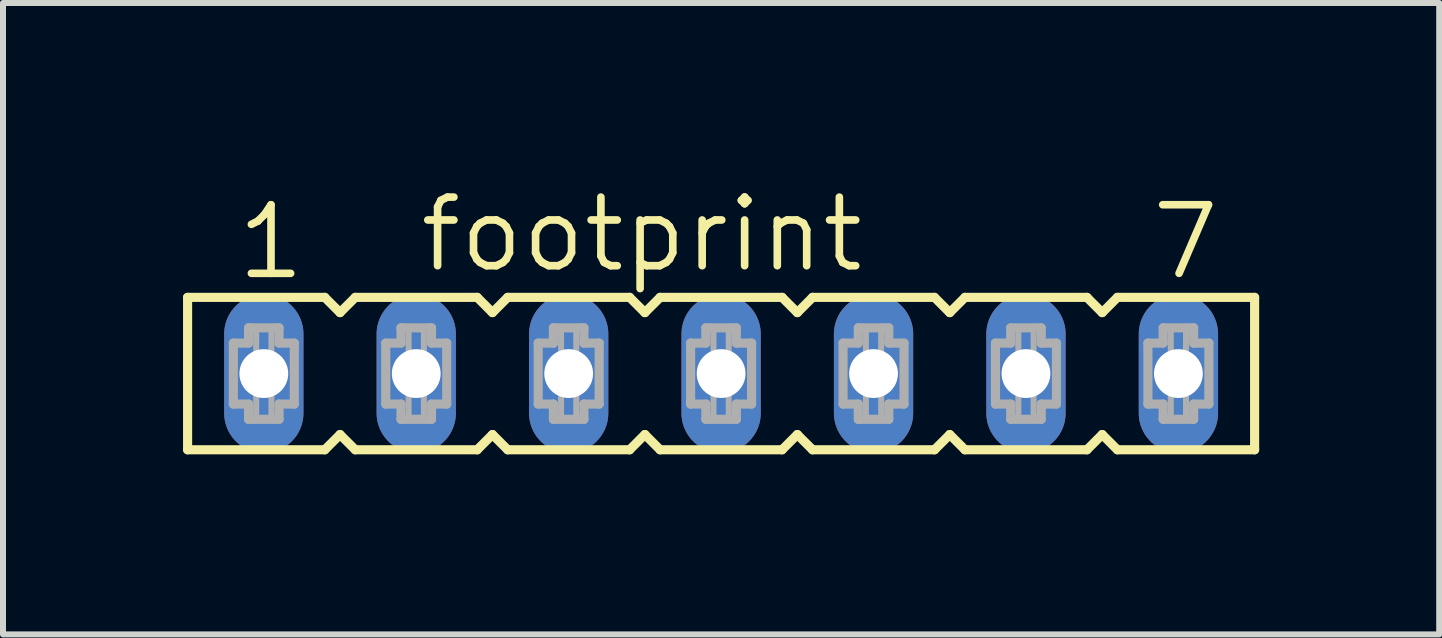
<source format=kicad_pcb>
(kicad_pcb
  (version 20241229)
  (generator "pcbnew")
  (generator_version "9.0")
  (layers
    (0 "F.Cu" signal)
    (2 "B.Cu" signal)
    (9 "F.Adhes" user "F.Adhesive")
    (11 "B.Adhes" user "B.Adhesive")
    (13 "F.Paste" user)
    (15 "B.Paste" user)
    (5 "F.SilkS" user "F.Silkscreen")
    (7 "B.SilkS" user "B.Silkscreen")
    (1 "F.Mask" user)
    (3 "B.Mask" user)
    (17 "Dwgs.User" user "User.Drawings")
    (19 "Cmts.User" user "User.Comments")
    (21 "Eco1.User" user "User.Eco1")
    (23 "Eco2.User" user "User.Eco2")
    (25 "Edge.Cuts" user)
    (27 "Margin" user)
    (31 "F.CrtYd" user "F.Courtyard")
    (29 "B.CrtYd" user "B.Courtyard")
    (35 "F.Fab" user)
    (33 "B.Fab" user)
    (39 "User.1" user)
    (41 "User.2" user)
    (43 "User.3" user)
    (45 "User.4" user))
  (footprint "footprint"
    (layer "F.Cu")
    (at 8.966 3.175)
    (property "Reference" "footprint" (at -5.08 -1.651 0) (layer "F.SilkS") (effects (font (size 1.143 1.143) (thickness 0.127)) (justify left bottom)))
    (fp_line (start -8.89 -1.27) (end -8.89 1.27) (stroke (width 0.152) (type solid)) (layer "F.SilkS"))
    (fp_line (start -8.89 1.27) (end -6.604 1.27) (stroke (width 0.152) (type solid)) (layer "F.SilkS"))
    (fp_line (start -6.604 -1.27) (end -8.89 -1.27) (stroke (width 0.152) (type solid)) (layer "F.SilkS"))
    (fp_line (start -6.604 1.27) (end -6.35 1.016) (stroke (width 0.152) (type solid)) (layer "F.SilkS"))
    (fp_line (start -6.35 -1.016) (end -6.604 -1.27) (stroke (width 0.152) (type solid)) (layer "F.SilkS"))
    (fp_line (start -6.35 1.016) (end -6.096 1.27) (stroke (width 0.152) (type solid)) (layer "F.SilkS"))
    (fp_line (start -6.096 -1.27) (end -6.35 -1.016) (stroke (width 0.152) (type solid)) (layer "F.SilkS"))
    (fp_line (start -6.096 1.27) (end -4.064 1.27) (stroke (width 0.152) (type solid)) (layer "F.SilkS"))
    (fp_line (start -4.064 -1.27) (end -6.096 -1.27) (stroke (width 0.152) (type solid)) (layer "F.SilkS"))
    (fp_line (start -4.064 1.27) (end -3.81 1.016) (stroke (width 0.152) (type solid)) (layer "F.SilkS"))
    (fp_line (start -3.81 -1.016) (end -4.064 -1.27) (stroke (width 0.152) (type solid)) (layer "F.SilkS"))
    (fp_line (start -3.81 1.016) (end -3.556 1.27) (stroke (width 0.152) (type solid)) (layer "F.SilkS"))
    (fp_line (start -3.556 -1.27) (end -3.81 -1.016) (stroke (width 0.152) (type solid)) (layer "F.SilkS"))
    (fp_line (start -3.556 1.27) (end -1.524 1.27) (stroke (width 0.152) (type solid)) (layer "F.SilkS"))
    (fp_line (start -1.524 -1.27) (end -3.556 -1.27) (stroke (width 0.152) (type solid)) (layer "F.SilkS"))
    (fp_line (start -1.524 1.27) (end -1.27 1.016) (stroke (width 0.152) (type solid)) (layer "F.SilkS"))
    (fp_line (start -1.27 -1.016) (end -1.524 -1.27) (stroke (width 0.152) (type solid)) (layer "F.SilkS"))
    (fp_line (start -1.27 1.016) (end -1.016 1.27) (stroke (width 0.152) (type solid)) (layer "F.SilkS"))
    (fp_line (start -1.016 -1.27) (end -1.27 -1.016) (stroke (width 0.152) (type solid)) (layer "F.SilkS"))
    (fp_line (start -1.016 1.27) (end 1.016 1.27) (stroke (width 0.152) (type solid)) (layer "F.SilkS"))
    (fp_line (start 1.016 -1.27) (end -1.016 -1.27) (stroke (width 0.152) (type solid)) (layer "F.SilkS"))
    (fp_line (start 1.016 1.27) (end 1.27 1.016) (stroke (width 0.152) (type solid)) (layer "F.SilkS"))
    (fp_line (start 1.27 -1.016) (end 1.016 -1.27) (stroke (width 0.152) (type solid)) (layer "F.SilkS"))
    (fp_line (start 1.27 1.016) (end 1.524 1.27) (stroke (width 0.152) (type solid)) (layer "F.SilkS"))
    (fp_line (start 1.524 -1.27) (end 1.27 -1.016) (stroke (width 0.152) (type solid)) (layer "F.SilkS"))
    (fp_line (start 1.524 1.27) (end 3.556 1.27) (stroke (width 0.152) (type solid)) (layer "F.SilkS"))
    (fp_line (start 3.556 -1.27) (end 1.524 -1.27) (stroke (width 0.152) (type solid)) (layer "F.SilkS"))
    (fp_line (start 3.556 1.27) (end 3.81 1.016) (stroke (width 0.152) (type solid)) (layer "F.SilkS"))
    (fp_line (start 3.81 -1.016) (end 3.556 -1.27) (stroke (width 0.152) (type solid)) (layer "F.SilkS"))
    (fp_line (start 3.81 1.016) (end 4.064 1.27) (stroke (width 0.152) (type solid)) (layer "F.SilkS"))
    (fp_line (start 4.064 -1.27) (end 3.81 -1.016) (stroke (width 0.152) (type solid)) (layer "F.SilkS"))
    (fp_line (start 4.064 1.27) (end 6.096 1.27) (stroke (width 0.152) (type solid)) (layer "F.SilkS"))
    (fp_line (start 6.096 -1.27) (end 4.064 -1.27) (stroke (width 0.152) (type solid)) (layer "F.SilkS"))
    (fp_line (start 6.096 1.27) (end 6.35 1.016) (stroke (width 0.152) (type solid)) (layer "F.SilkS"))
    (fp_line (start 6.35 -1.016) (end 6.096 -1.27) (stroke (width 0.152) (type solid)) (layer "F.SilkS"))
    (fp_line (start 6.35 1.016) (end 6.604 1.27) (stroke (width 0.152) (type solid)) (layer "F.SilkS"))
    (fp_line (start 6.604 -1.27) (end 6.35 -1.016) (stroke (width 0.152) (type solid)) (layer "F.SilkS"))
    (fp_line (start 6.604 1.27) (end 8.89 1.27) (stroke (width 0.152) (type solid)) (layer "F.SilkS"))
    (fp_line (start 8.89 -1.27) (end 6.604 -1.27) (stroke (width 0.152) (type solid)) (layer "F.SilkS"))
    (fp_line (start 8.89 1.27) (end 8.89 -1.27) (stroke (width 0.152) (type solid)) (layer "F.SilkS"))
    (fp_line (start -8.128 -0.508) (end -8.128 0.508) (stroke (width 0.152) (type solid)) (layer "F.Fab"))
    (fp_line (start -8.128 0.508) (end -7.874 0.508) (stroke (width 0.152) (type solid)) (layer "F.Fab"))
    (fp_line (start -7.874 -0.762) (end -7.874 -0.508) (stroke (width 0.152) (type solid)) (layer "F.Fab"))
    (fp_line (start -7.874 -0.508) (end -8.128 -0.508) (stroke (width 0.152) (type solid)) (layer "F.Fab"))
    (fp_line (start -7.874 0.508) (end -7.874 0.762) (stroke (width 0.152) (type solid)) (layer "F.Fab"))
    (fp_line (start -7.874 0.762) (end -7.366 0.762) (stroke (width 0.152) (type solid)) (layer "F.Fab"))
    (fp_line (start -7.366 -0.762) (end -7.874 -0.762) (stroke (width 0.152) (type solid)) (layer "F.Fab"))
    (fp_line (start -7.366 -0.508) (end -7.366 -0.762) (stroke (width 0.152) (type solid)) (layer "F.Fab"))
    (fp_line (start -7.366 0.508) (end -7.112 0.508) (stroke (width 0.152) (type solid)) (layer "F.Fab"))
    (fp_line (start -7.366 0.762) (end -7.366 0.508) (stroke (width 0.152) (type solid)) (layer "F.Fab"))
    (fp_line (start -7.112 -0.508) (end -7.366 -0.508) (stroke (width 0.152) (type solid)) (layer "F.Fab"))
    (fp_line (start -7.112 0.508) (end -7.112 -0.508) (stroke (width 0.152) (type solid)) (layer "F.Fab"))
    (fp_line (start -5.588 -0.508) (end -5.588 0.508) (stroke (width 0.152) (type solid)) (layer "F.Fab"))
    (fp_line (start -5.588 0.508) (end -5.334 0.508) (stroke (width 0.152) (type solid)) (layer "F.Fab"))
    (fp_line (start -5.334 -0.762) (end -5.334 -0.508) (stroke (width 0.152) (type solid)) (layer "F.Fab"))
    (fp_line (start -5.334 -0.508) (end -5.588 -0.508) (stroke (width 0.152) (type solid)) (layer "F.Fab"))
    (fp_line (start -5.334 0.508) (end -5.334 0.762) (stroke (width 0.152) (type solid)) (layer "F.Fab"))
    (fp_line (start -5.334 0.762) (end -4.826 0.762) (stroke (width 0.152) (type solid)) (layer "F.Fab"))
    (fp_line (start -4.826 -0.762) (end -5.334 -0.762) (stroke (width 0.152) (type solid)) (layer "F.Fab"))
    (fp_line (start -4.826 -0.508) (end -4.826 -0.762) (stroke (width 0.152) (type solid)) (layer "F.Fab"))
    (fp_line (start -4.826 0.508) (end -4.572 0.508) (stroke (width 0.152) (type solid)) (layer "F.Fab"))
    (fp_line (start -4.826 0.762) (end -4.826 0.508) (stroke (width 0.152) (type solid)) (layer "F.Fab"))
    (fp_line (start -4.572 -0.508) (end -4.826 -0.508) (stroke (width 0.152) (type solid)) (layer "F.Fab"))
    (fp_line (start -4.572 0.508) (end -4.572 -0.508) (stroke (width 0.152) (type solid)) (layer "F.Fab"))
    (fp_line (start -3.048 -0.508) (end -3.048 0.508) (stroke (width 0.152) (type solid)) (layer "F.Fab"))
    (fp_line (start -3.048 0.508) (end -2.794 0.508) (stroke (width 0.152) (type solid)) (layer "F.Fab"))
    (fp_line (start -2.794 -0.762) (end -2.794 -0.508) (stroke (width 0.152) (type solid)) (layer "F.Fab"))
    (fp_line (start -2.794 -0.508) (end -3.048 -0.508) (stroke (width 0.152) (type solid)) (layer "F.Fab"))
    (fp_line (start -2.794 0.508) (end -2.794 0.762) (stroke (width 0.152) (type solid)) (layer "F.Fab"))
    (fp_line (start -2.794 0.762) (end -2.286 0.762) (stroke (width 0.152) (type solid)) (layer "F.Fab"))
    (fp_line (start -2.286 -0.762) (end -2.794 -0.762) (stroke (width 0.152) (type solid)) (layer "F.Fab"))
    (fp_line (start -2.286 -0.508) (end -2.286 -0.762) (stroke (width 0.152) (type solid)) (layer "F.Fab"))
    (fp_line (start -2.286 0.508) (end -2.032 0.508) (stroke (width 0.152) (type solid)) (layer "F.Fab"))
    (fp_line (start -2.286 0.762) (end -2.286 0.508) (stroke (width 0.152) (type solid)) (layer "F.Fab"))
    (fp_line (start -2.032 -0.508) (end -2.286 -0.508) (stroke (width 0.152) (type solid)) (layer "F.Fab"))
    (fp_line (start -2.032 0.508) (end -2.032 -0.508) (stroke (width 0.152) (type solid)) (layer "F.Fab"))
    (fp_line (start -0.508 -0.508) (end -0.508 0.508) (stroke (width 0.152) (type solid)) (layer "F.Fab"))
    (fp_line (start -0.508 0.508) (end -0.254 0.508) (stroke (width 0.152) (type solid)) (layer "F.Fab"))
    (fp_line (start -0.254 -0.762) (end -0.254 -0.508) (stroke (width 0.152) (type solid)) (layer "F.Fab"))
    (fp_line (start -0.254 -0.508) (end -0.508 -0.508) (stroke (width 0.152) (type solid)) (layer "F.Fab"))
    (fp_line (start -0.254 0.508) (end -0.254 0.762) (stroke (width 0.152) (type solid)) (layer "F.Fab"))
    (fp_line (start -0.254 0.762) (end 0.254 0.762) (stroke (width 0.152) (type solid)) (layer "F.Fab"))
    (fp_line (start 0.254 -0.762) (end -0.254 -0.762) (stroke (width 0.152) (type solid)) (layer "F.Fab"))
    (fp_line (start 0.254 -0.508) (end 0.254 -0.762) (stroke (width 0.152) (type solid)) (layer "F.Fab"))
    (fp_line (start 0.254 0.508) (end 0.508 0.508) (stroke (width 0.152) (type solid)) (layer "F.Fab"))
    (fp_line (start 0.254 0.762) (end 0.254 0.508) (stroke (width 0.152) (type solid)) (layer "F.Fab"))
    (fp_line (start 0.508 -0.508) (end 0.254 -0.508) (stroke (width 0.152) (type solid)) (layer "F.Fab"))
    (fp_line (start 0.508 0.508) (end 0.508 -0.508) (stroke (width 0.152) (type solid)) (layer "F.Fab"))
    (fp_line (start 2.032 -0.508) (end 2.032 0.508) (stroke (width 0.152) (type solid)) (layer "F.Fab"))
    (fp_line (start 2.032 0.508) (end 2.286 0.508) (stroke (width 0.152) (type solid)) (layer "F.Fab"))
    (fp_line (start 2.286 -0.762) (end 2.286 -0.508) (stroke (width 0.152) (type solid)) (layer "F.Fab"))
    (fp_line (start 2.286 -0.508) (end 2.032 -0.508) (stroke (width 0.152) (type solid)) (layer "F.Fab"))
    (fp_line (start 2.286 0.508) (end 2.286 0.762) (stroke (width 0.152) (type solid)) (layer "F.Fab"))
    (fp_line (start 2.286 0.762) (end 2.794 0.762) (stroke (width 0.152) (type solid)) (layer "F.Fab"))
    (fp_line (start 2.794 -0.762) (end 2.286 -0.762) (stroke (width 0.152) (type solid)) (layer "F.Fab"))
    (fp_line (start 2.794 -0.508) (end 2.794 -0.762) (stroke (width 0.152) (type solid)) (layer "F.Fab"))
    (fp_line (start 2.794 0.508) (end 3.048 0.508) (stroke (width 0.152) (type solid)) (layer "F.Fab"))
    (fp_line (start 2.794 0.762) (end 2.794 0.508) (stroke (width 0.152) (type solid)) (layer "F.Fab"))
    (fp_line (start 3.048 -0.508) (end 2.794 -0.508) (stroke (width 0.152) (type solid)) (layer "F.Fab"))
    (fp_line (start 3.048 0.508) (end 3.048 -0.508) (stroke (width 0.152) (type solid)) (layer "F.Fab"))
    (fp_line (start 4.572 -0.508) (end 4.572 0.508) (stroke (width 0.152) (type solid)) (layer "F.Fab"))
    (fp_line (start 4.572 0.508) (end 4.826 0.508) (stroke (width 0.152) (type solid)) (layer "F.Fab"))
    (fp_line (start 4.826 -0.762) (end 4.826 -0.508) (stroke (width 0.152) (type solid)) (layer "F.Fab"))
    (fp_line (start 4.826 -0.508) (end 4.572 -0.508) (stroke (width 0.152) (type solid)) (layer "F.Fab"))
    (fp_line (start 4.826 0.508) (end 4.826 0.762) (stroke (width 0.152) (type solid)) (layer "F.Fab"))
    (fp_line (start 4.826 0.762) (end 5.334 0.762) (stroke (width 0.152) (type solid)) (layer "F.Fab"))
    (fp_line (start 5.334 -0.762) (end 4.826 -0.762) (stroke (width 0.152) (type solid)) (layer "F.Fab"))
    (fp_line (start 5.334 -0.508) (end 5.334 -0.762) (stroke (width 0.152) (type solid)) (layer "F.Fab"))
    (fp_line (start 5.334 0.508) (end 5.588 0.508) (stroke (width 0.152) (type solid)) (layer "F.Fab"))
    (fp_line (start 5.334 0.762) (end 5.334 0.508) (stroke (width 0.152) (type solid)) (layer "F.Fab"))
    (fp_line (start 5.588 -0.508) (end 5.334 -0.508) (stroke (width 0.152) (type solid)) (layer "F.Fab"))
    (fp_line (start 5.588 0.508) (end 5.588 -0.508) (stroke (width 0.152) (type solid)) (layer "F.Fab"))
    (fp_line (start 7.112 -0.508) (end 7.112 0.508) (stroke (width 0.152) (type solid)) (layer "F.Fab"))
    (fp_line (start 7.112 0.508) (end 7.366 0.508) (stroke (width 0.152) (type solid)) (layer "F.Fab"))
    (fp_line (start 7.366 -0.762) (end 7.366 -0.508) (stroke (width 0.152) (type solid)) (layer "F.Fab"))
    (fp_line (start 7.366 -0.508) (end 7.112 -0.508) (stroke (width 0.152) (type solid)) (layer "F.Fab"))
    (fp_line (start 7.366 0.508) (end 7.366 0.762) (stroke (width 0.152) (type solid)) (layer "F.Fab"))
    (fp_line (start 7.366 0.762) (end 7.874 0.762) (stroke (width 0.152) (type solid)) (layer "F.Fab"))
    (fp_line (start 7.874 -0.762) (end 7.366 -0.762) (stroke (width 0.152) (type solid)) (layer "F.Fab"))
    (fp_line (start 7.874 -0.508) (end 7.874 -0.762) (stroke (width 0.152) (type solid)) (layer "F.Fab"))
    (fp_line (start 7.874 0.508) (end 8.128 0.508) (stroke (width 0.152) (type solid)) (layer "F.Fab"))
    (fp_line (start 7.874 0.762) (end 7.874 0.508) (stroke (width 0.152) (type solid)) (layer "F.Fab"))
    (fp_line (start 8.128 -0.508) (end 7.874 -0.508) (stroke (width 0.152) (type solid)) (layer "F.Fab"))
    (fp_line (start 8.128 0.508) (end 8.128 -0.508) (stroke (width 0.152) (type solid)) (layer "F.Fab"))
    (fp_poly (pts (xy -7.747 -0.254) (xy -7.493 -0.254) (xy -7.493 -0.762) (xy -7.747 -0.762)) (stroke (width 0.1) (type solid)) (fill no) (layer "F.Fab"))
    (fp_poly (pts (xy -7.747 0.762) (xy -7.493 0.762) (xy -7.493 0.254) (xy -7.747 0.254)) (stroke (width 0.1) (type solid)) (fill no) (layer "F.Fab"))
    (fp_poly (pts (xy -5.207 -0.254) (xy -4.953 -0.254) (xy -4.953 -0.762) (xy -5.207 -0.762)) (stroke (width 0.1) (type solid)) (fill no) (layer "F.Fab"))
    (fp_poly (pts (xy -5.207 0.762) (xy -4.953 0.762) (xy -4.953 0.254) (xy -5.207 0.254)) (stroke (width 0.1) (type solid)) (fill no) (layer "F.Fab"))
    (fp_poly (pts (xy -2.667 -0.254) (xy -2.413 -0.254) (xy -2.413 -0.762) (xy -2.667 -0.762)) (stroke (width 0.1) (type solid)) (fill no) (layer "F.Fab"))
    (fp_poly (pts (xy -2.667 0.762) (xy -2.413 0.762) (xy -2.413 0.254) (xy -2.667 0.254)) (stroke (width 0.1) (type solid)) (fill no) (layer "F.Fab"))
    (fp_poly (pts (xy -0.127 -0.254) (xy 0.127 -0.254) (xy 0.127 -0.762) (xy -0.127 -0.762)) (stroke (width 0.1) (type solid)) (fill no) (layer "F.Fab"))
    (fp_poly (pts (xy -0.127 0.762) (xy 0.127 0.762) (xy 0.127 0.254) (xy -0.127 0.254)) (stroke (width 0.1) (type solid)) (fill no) (layer "F.Fab"))
    (fp_poly (pts (xy 2.413 -0.254) (xy 2.667 -0.254) (xy 2.667 -0.762) (xy 2.413 -0.762)) (stroke (width 0.1) (type solid)) (fill no) (layer "F.Fab"))
    (fp_poly (pts (xy 2.413 0.762) (xy 2.667 0.762) (xy 2.667 0.254) (xy 2.413 0.254)) (stroke (width 0.1) (type solid)) (fill no) (layer "F.Fab"))
    (fp_poly (pts (xy 4.953 -0.254) (xy 5.207 -0.254) (xy 5.207 -0.762) (xy 4.953 -0.762)) (stroke (width 0.1) (type solid)) (fill no) (layer "F.Fab"))
    (fp_poly (pts (xy 4.953 0.762) (xy 5.207 0.762) (xy 5.207 0.254) (xy 4.953 0.254)) (stroke (width 0.1) (type solid)) (fill no) (layer "F.Fab"))
    (fp_poly (pts (xy 7.493 -0.254) (xy 7.747 -0.254) (xy 7.747 -0.762) (xy 7.493 -0.762)) (stroke (width 0.1) (type solid)) (fill no) (layer "F.Fab"))
    (fp_poly (pts (xy 7.493 0.762) (xy 7.747 0.762) (xy 7.747 0.254) (xy 7.493 0.254)) (stroke (width 0.1) (type solid)) (fill no) (layer "F.Fab"))
    (fp_text user "1" (at -8.128 -1.524 0) (layer "F.SilkS") (effects (font (size 1.143 1.143) (thickness 0.127)) (justify left bottom)))
    (fp_text user "7" (at 7.112 -1.524 0) (layer "F.SilkS") (effects (font (size 1.143 1.143) (thickness 0.127)) (justify left bottom)))
    (pad "1" thru_hole oval (at -7.62 0 90) (size 2.642 1.321) (drill 0.813) (layers "*.Cu" "*.Mask"))
    (pad "2" thru_hole oval (at -5.08 0 90) (size 2.642 1.321) (drill 0.813) (layers "*.Cu" "*.Mask"))
    (pad "3" thru_hole oval (at -2.54 0 90) (size 2.642 1.321) (drill 0.813) (layers "*.Cu" "*.Mask"))
    (pad "4" thru_hole oval (at 0 0 90) (size 2.642 1.321) (drill 0.813) (layers "*.Cu" "*.Mask"))
    (pad "5" thru_hole oval (at 2.54 0 90) (size 2.642 1.321) (drill 0.813) (layers "*.Cu" "*.Mask"))
    (pad "6" thru_hole oval (at 5.08 0 90) (size 2.642 1.321) (drill 0.813) (layers "*.Cu" "*.Mask"))
    (pad "7" thru_hole oval (at 7.62 0 90) (size 2.642 1.321) (drill 0.813) (layers "*.Cu" "*.Mask")))
  (gr_rect
    (start -3 -3)
    (end 20.932 7.521)
    (stroke (width 0.1) (type default))
    (fill no)
    (layer "Edge.Cuts")))
</source>
